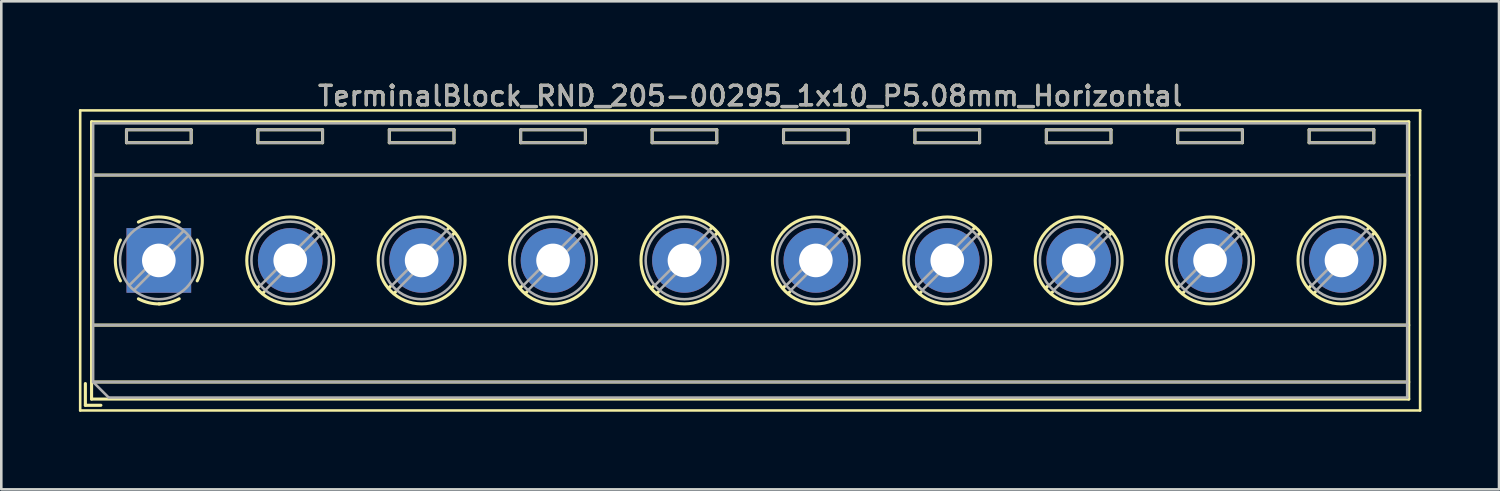
<source format=kicad_pcb>
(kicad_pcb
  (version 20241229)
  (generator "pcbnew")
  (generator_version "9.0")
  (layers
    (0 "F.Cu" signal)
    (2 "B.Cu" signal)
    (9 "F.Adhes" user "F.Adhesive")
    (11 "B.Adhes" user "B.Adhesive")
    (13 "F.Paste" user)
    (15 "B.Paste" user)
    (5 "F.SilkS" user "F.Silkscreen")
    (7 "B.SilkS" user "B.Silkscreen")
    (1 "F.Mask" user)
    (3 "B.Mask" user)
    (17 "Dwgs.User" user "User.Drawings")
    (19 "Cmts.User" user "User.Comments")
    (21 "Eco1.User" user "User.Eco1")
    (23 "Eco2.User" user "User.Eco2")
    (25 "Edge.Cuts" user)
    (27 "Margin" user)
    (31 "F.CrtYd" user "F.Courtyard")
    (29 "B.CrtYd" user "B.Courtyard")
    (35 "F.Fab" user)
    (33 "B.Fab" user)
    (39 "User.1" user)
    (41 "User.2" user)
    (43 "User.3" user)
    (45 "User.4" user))
  (footprint "TerminalBlock_RND_205-00295_1x10_P5.08mm_Horizontal"
    (layer "F.Cu")
    (at 3.09 7.018)
    (property "Reference" "TerminalBlock_RND_205-00295_1x10_P5.08mm_Horizontal" (at 22.86 -6.36 0) (layer "F.SilkS") (effects (font (size 0.75 0.75) (thickness 0.125))))
    (attr through_hole)
    (fp_line (start -3.04 -5.8) (end -3.04 5.8) (stroke (width 0.1) (type solid)) (layer "F.SilkS"))
    (fp_line (start -3.04 5.8) (end 48.76 5.8) (stroke (width 0.1) (type solid)) (layer "F.SilkS"))
    (fp_line (start -2.84 4.76) (end -2.84 5.6) (stroke (width 0.12) (type solid)) (layer "F.SilkS"))
    (fp_line (start -2.84 5.6) (end -2.24 5.6) (stroke (width 0.12) (type solid)) (layer "F.SilkS"))
    (fp_line (start -2.6 -5.36) (end -2.6 5.36) (stroke (width 0.12) (type solid)) (layer "F.SilkS"))
    (fp_line (start -2.6 -5.36) (end 48.32 -5.36) (stroke (width 0.12) (type solid)) (layer "F.SilkS"))
    (fp_line (start -2.6 -3.3) (end 48.32 -3.3) (stroke (width 0.12) (type solid)) (layer "F.SilkS"))
    (fp_line (start -2.6 2.5) (end 48.32 2.5) (stroke (width 0.12) (type solid)) (layer "F.SilkS"))
    (fp_line (start -2.6 4.7) (end 48.32 4.7) (stroke (width 0.12) (type solid)) (layer "F.SilkS"))
    (fp_line (start -2.6 5.36) (end 48.32 5.36) (stroke (width 0.12) (type solid)) (layer "F.SilkS"))
    (fp_line (start -1.25 -5.05) (end -1.25 -4.55) (stroke (width 0.12) (type solid)) (layer "F.SilkS"))
    (fp_line (start -1.25 -5.05) (end 1.25 -5.05) (stroke (width 0.12) (type solid)) (layer "F.SilkS"))
    (fp_line (start -1.25 -4.55) (end 1.25 -4.55) (stroke (width 0.12) (type solid)) (layer "F.SilkS"))
    (fp_line (start 1.25 -5.05) (end 1.25 -4.55) (stroke (width 0.12) (type solid)) (layer "F.SilkS"))
    (fp_line (start 3.83 -5.05) (end 3.83 -4.55) (stroke (width 0.12) (type solid)) (layer "F.SilkS"))
    (fp_line (start 3.83 -5.05) (end 6.33 -5.05) (stroke (width 0.12) (type solid)) (layer "F.SilkS"))
    (fp_line (start 3.83 -4.55) (end 6.33 -4.55) (stroke (width 0.12) (type solid)) (layer "F.SilkS"))
    (fp_line (start 3.9 0.976) (end 3.806 1.069) (stroke (width 0.12) (type solid)) (layer "F.SilkS"))
    (fp_line (start 4.07 1.216) (end 4.011 1.274) (stroke (width 0.12) (type solid)) (layer "F.SilkS"))
    (fp_line (start 6.15 -1.275) (end 6.091 -1.216) (stroke (width 0.12) (type solid)) (layer "F.SilkS"))
    (fp_line (start 6.33 -5.05) (end 6.33 -4.55) (stroke (width 0.12) (type solid)) (layer "F.SilkS"))
    (fp_line (start 6.355 -1.069) (end 6.261 -0.976) (stroke (width 0.12) (type solid)) (layer "F.SilkS"))
    (fp_line (start 8.91 -5.05) (end 8.91 -4.55) (stroke (width 0.12) (type solid)) (layer "F.SilkS"))
    (fp_line (start 8.91 -5.05) (end 11.41 -5.05) (stroke (width 0.12) (type solid)) (layer "F.SilkS"))
    (fp_line (start 8.91 -4.55) (end 11.41 -4.55) (stroke (width 0.12) (type solid)) (layer "F.SilkS"))
    (fp_line (start 8.98 0.976) (end 8.886 1.069) (stroke (width 0.12) (type solid)) (layer "F.SilkS"))
    (fp_line (start 9.15 1.216) (end 9.091 1.274) (stroke (width 0.12) (type solid)) (layer "F.SilkS"))
    (fp_line (start 11.23 -1.275) (end 11.171 -1.216) (stroke (width 0.12) (type solid)) (layer "F.SilkS"))
    (fp_line (start 11.41 -5.05) (end 11.41 -4.55) (stroke (width 0.12) (type solid)) (layer "F.SilkS"))
    (fp_line (start 11.435 -1.069) (end 11.341 -0.976) (stroke (width 0.12) (type solid)) (layer "F.SilkS"))
    (fp_line (start 13.99 -5.05) (end 13.99 -4.55) (stroke (width 0.12) (type solid)) (layer "F.SilkS"))
    (fp_line (start 13.99 -5.05) (end 16.49 -5.05) (stroke (width 0.12) (type solid)) (layer "F.SilkS"))
    (fp_line (start 13.99 -4.55) (end 16.49 -4.55) (stroke (width 0.12) (type solid)) (layer "F.SilkS"))
    (fp_line (start 14.06 0.976) (end 13.966 1.069) (stroke (width 0.12) (type solid)) (layer "F.SilkS"))
    (fp_line (start 14.23 1.216) (end 14.171 1.274) (stroke (width 0.12) (type solid)) (layer "F.SilkS"))
    (fp_line (start 16.31 -1.275) (end 16.251 -1.216) (stroke (width 0.12) (type solid)) (layer "F.SilkS"))
    (fp_line (start 16.49 -5.05) (end 16.49 -4.55) (stroke (width 0.12) (type solid)) (layer "F.SilkS"))
    (fp_line (start 16.515 -1.069) (end 16.421 -0.976) (stroke (width 0.12) (type solid)) (layer "F.SilkS"))
    (fp_line (start 19.07 -5.05) (end 19.07 -4.55) (stroke (width 0.12) (type solid)) (layer "F.SilkS"))
    (fp_line (start 19.07 -5.05) (end 21.57 -5.05) (stroke (width 0.12) (type solid)) (layer "F.SilkS"))
    (fp_line (start 19.07 -4.55) (end 21.57 -4.55) (stroke (width 0.12) (type solid)) (layer "F.SilkS"))
    (fp_line (start 19.14 0.976) (end 19.046 1.069) (stroke (width 0.12) (type solid)) (layer "F.SilkS"))
    (fp_line (start 19.31 1.216) (end 19.251 1.274) (stroke (width 0.12) (type solid)) (layer "F.SilkS"))
    (fp_line (start 21.39 -1.275) (end 21.331 -1.216) (stroke (width 0.12) (type solid)) (layer "F.SilkS"))
    (fp_line (start 21.57 -5.05) (end 21.57 -4.55) (stroke (width 0.12) (type solid)) (layer "F.SilkS"))
    (fp_line (start 21.595 -1.069) (end 21.501 -0.976) (stroke (width 0.12) (type solid)) (layer "F.SilkS"))
    (fp_line (start 24.15 -5.05) (end 24.15 -4.55) (stroke (width 0.12) (type solid)) (layer "F.SilkS"))
    (fp_line (start 24.15 -5.05) (end 26.65 -5.05) (stroke (width 0.12) (type solid)) (layer "F.SilkS"))
    (fp_line (start 24.15 -4.55) (end 26.65 -4.55) (stroke (width 0.12) (type solid)) (layer "F.SilkS"))
    (fp_line (start 24.22 0.976) (end 24.126 1.069) (stroke (width 0.12) (type solid)) (layer "F.SilkS"))
    (fp_line (start 24.39 1.216) (end 24.331 1.274) (stroke (width 0.12) (type solid)) (layer "F.SilkS"))
    (fp_line (start 26.47 -1.275) (end 26.411 -1.216) (stroke (width 0.12) (type solid)) (layer "F.SilkS"))
    (fp_line (start 26.65 -5.05) (end 26.65 -4.55) (stroke (width 0.12) (type solid)) (layer "F.SilkS"))
    (fp_line (start 26.675 -1.069) (end 26.581 -0.976) (stroke (width 0.12) (type solid)) (layer "F.SilkS"))
    (fp_line (start 29.23 -5.05) (end 29.23 -4.55) (stroke (width 0.12) (type solid)) (layer "F.SilkS"))
    (fp_line (start 29.23 -5.05) (end 31.73 -5.05) (stroke (width 0.12) (type solid)) (layer "F.SilkS"))
    (fp_line (start 29.23 -4.55) (end 31.73 -4.55) (stroke (width 0.12) (type solid)) (layer "F.SilkS"))
    (fp_line (start 29.3 0.976) (end 29.206 1.069) (stroke (width 0.12) (type solid)) (layer "F.SilkS"))
    (fp_line (start 29.47 1.216) (end 29.411 1.274) (stroke (width 0.12) (type solid)) (layer "F.SilkS"))
    (fp_line (start 31.55 -1.275) (end 31.491 -1.216) (stroke (width 0.12) (type solid)) (layer "F.SilkS"))
    (fp_line (start 31.73 -5.05) (end 31.73 -4.55) (stroke (width 0.12) (type solid)) (layer "F.SilkS"))
    (fp_line (start 31.755 -1.069) (end 31.661 -0.976) (stroke (width 0.12) (type solid)) (layer "F.SilkS"))
    (fp_line (start 34.31 -5.05) (end 34.31 -4.55) (stroke (width 0.12) (type solid)) (layer "F.SilkS"))
    (fp_line (start 34.31 -5.05) (end 36.81 -5.05) (stroke (width 0.12) (type solid)) (layer "F.SilkS"))
    (fp_line (start 34.31 -4.55) (end 36.81 -4.55) (stroke (width 0.12) (type solid)) (layer "F.SilkS"))
    (fp_line (start 34.38 0.976) (end 34.286 1.069) (stroke (width 0.12) (type solid)) (layer "F.SilkS"))
    (fp_line (start 34.55 1.216) (end 34.491 1.274) (stroke (width 0.12) (type solid)) (layer "F.SilkS"))
    (fp_line (start 36.63 -1.275) (end 36.571 -1.216) (stroke (width 0.12) (type solid)) (layer "F.SilkS"))
    (fp_line (start 36.81 -5.05) (end 36.81 -4.55) (stroke (width 0.12) (type solid)) (layer "F.SilkS"))
    (fp_line (start 36.835 -1.069) (end 36.741 -0.976) (stroke (width 0.12) (type solid)) (layer "F.SilkS"))
    (fp_line (start 39.39 -5.05) (end 39.39 -4.55) (stroke (width 0.12) (type solid)) (layer "F.SilkS"))
    (fp_line (start 39.39 -5.05) (end 41.89 -5.05) (stroke (width 0.12) (type solid)) (layer "F.SilkS"))
    (fp_line (start 39.39 -4.55) (end 41.89 -4.55) (stroke (width 0.12) (type solid)) (layer "F.SilkS"))
    (fp_line (start 39.46 0.976) (end 39.366 1.069) (stroke (width 0.12) (type solid)) (layer "F.SilkS"))
    (fp_line (start 39.63 1.216) (end 39.571 1.274) (stroke (width 0.12) (type solid)) (layer "F.SilkS"))
    (fp_line (start 41.71 -1.275) (end 41.651 -1.216) (stroke (width 0.12) (type solid)) (layer "F.SilkS"))
    (fp_line (start 41.89 -5.05) (end 41.89 -4.55) (stroke (width 0.12) (type solid)) (layer "F.SilkS"))
    (fp_line (start 41.915 -1.069) (end 41.821 -0.976) (stroke (width 0.12) (type solid)) (layer "F.SilkS"))
    (fp_line (start 44.47 -5.05) (end 44.47 -4.55) (stroke (width 0.12) (type solid)) (layer "F.SilkS"))
    (fp_line (start 44.47 -5.05) (end 46.97 -5.05) (stroke (width 0.12) (type solid)) (layer "F.SilkS"))
    (fp_line (start 44.47 -4.55) (end 46.97 -4.55) (stroke (width 0.12) (type solid)) (layer "F.SilkS"))
    (fp_line (start 44.54 0.976) (end 44.446 1.069) (stroke (width 0.12) (type solid)) (layer "F.SilkS"))
    (fp_line (start 44.71 1.216) (end 44.651 1.274) (stroke (width 0.12) (type solid)) (layer "F.SilkS"))
    (fp_line (start 46.79 -1.275) (end 46.731 -1.216) (stroke (width 0.12) (type solid)) (layer "F.SilkS"))
    (fp_line (start 46.97 -5.05) (end 46.97 -4.55) (stroke (width 0.12) (type solid)) (layer "F.SilkS"))
    (fp_line (start 46.995 -1.069) (end 46.901 -0.976) (stroke (width 0.12) (type solid)) (layer "F.SilkS"))
    (fp_line (start 48.32 -5.36) (end 48.32 5.36) (stroke (width 0.12) (type solid)) (layer "F.SilkS"))
    (fp_line (start 48.76 -5.8) (end -3.04 -5.8) (stroke (width 0.1) (type solid)) (layer "F.SilkS"))
    (fp_line (start 48.76 5.8) (end 48.76 -5.8) (stroke (width 0.1) (type solid)) (layer "F.SilkS"))
    (fp_arc (start -1.483953 0.789089) (mid -1.680708 0.00005) (end -1.484 -0.789) (stroke (width 0.12) (type solid)) (layer "F.SilkS"))
    (fp_arc (start -0.789089 -1.483953) (mid -0.00005 -1.680708) (end 0.789 -1.484) (stroke (width 0.12) (type solid)) (layer "F.SilkS"))
    (fp_arc (start 0.029383 1.68045) (mid -0.392304 1.634281) (end -0.789 1.484) (stroke (width 0.12) (type solid)) (layer "F.SilkS"))
    (fp_arc (start 0.788712 1.483352) (mid 0.406429 1.630097) (end 0 1.68) (stroke (width 0.12) (type solid)) (layer "F.SilkS"))
    (fp_arc (start 1.483953 -0.789089) (mid 1.680708 -0.00005) (end 1.484 0.789) (stroke (width 0.12) (type solid)) (layer "F.SilkS"))
    (fp_circle (center 5.08 0) (end 6.76 0) (stroke (width 0.12) (type solid)) (fill no) (layer "F.SilkS"))
    (fp_circle (center 10.16 0) (end 11.84 0) (stroke (width 0.12) (type solid)) (fill no) (layer "F.SilkS"))
    (fp_circle (center 15.24 0) (end 16.92 0) (stroke (width 0.12) (type solid)) (fill no) (layer "F.SilkS"))
    (fp_circle (center 20.32 0) (end 22 0) (stroke (width 0.12) (type solid)) (fill no) (layer "F.SilkS"))
    (fp_circle (center 25.4 0) (end 27.08 0) (stroke (width 0.12) (type solid)) (fill no) (layer "F.SilkS"))
    (fp_circle (center 30.48 0) (end 32.16 0) (stroke (width 0.12) (type solid)) (fill no) (layer "F.SilkS"))
    (fp_circle (center 35.56 0) (end 37.24 0) (stroke (width 0.12) (type solid)) (fill no) (layer "F.SilkS"))
    (fp_circle (center 40.64 0) (end 42.32 0) (stroke (width 0.12) (type solid)) (fill no) (layer "F.SilkS"))
    (fp_circle (center 45.72 0) (end 47.4 0) (stroke (width 0.12) (type solid)) (fill no) (layer "F.SilkS"))
    (fp_line (start -2.54 -5.3) (end 48.26 -5.3) (stroke (width 0.1) (type solid)) (layer "F.Fab"))
    (fp_line (start -2.54 -3.3) (end 48.26 -3.3) (stroke (width 0.1) (type solid)) (layer "F.Fab"))
    (fp_line (start -2.54 2.5) (end 48.26 2.5) (stroke (width 0.1) (type solid)) (layer "F.Fab"))
    (fp_line (start -2.54 4.7) (end -2.54 -5.3) (stroke (width 0.1) (type solid)) (layer "F.Fab"))
    (fp_line (start -2.54 4.7) (end 48.26 4.7) (stroke (width 0.1) (type solid)) (layer "F.Fab"))
    (fp_line (start -1.94 5.3) (end -2.54 4.7) (stroke (width 0.1) (type solid)) (layer "F.Fab"))
    (fp_line (start -1.25 -5.05) (end -1.25 -4.55) (stroke (width 0.1) (type solid)) (layer "F.Fab"))
    (fp_line (start -1.25 -4.55) (end 1.25 -4.55) (stroke (width 0.1) (type solid)) (layer "F.Fab"))
    (fp_line (start 0.955 -1.138) (end -1.138 0.955) (stroke (width 0.1) (type solid)) (layer "F.Fab"))
    (fp_line (start 1.138 -0.955) (end -0.955 1.138) (stroke (width 0.1) (type solid)) (layer "F.Fab"))
    (fp_line (start 1.25 -5.05) (end -1.25 -5.05) (stroke (width 0.1) (type solid)) (layer "F.Fab"))
    (fp_line (start 1.25 -4.55) (end 1.25 -5.05) (stroke (width 0.1) (type solid)) (layer "F.Fab"))
    (fp_line (start 3.83 -5.05) (end 3.83 -4.55) (stroke (width 0.1) (type solid)) (layer "F.Fab"))
    (fp_line (start 3.83 -4.55) (end 6.33 -4.55) (stroke (width 0.1) (type solid)) (layer "F.Fab"))
    (fp_line (start 6.035 -1.138) (end 3.943 0.955) (stroke (width 0.1) (type solid)) (layer "F.Fab"))
    (fp_line (start 6.218 -0.955) (end 4.126 1.138) (stroke (width 0.1) (type solid)) (layer "F.Fab"))
    (fp_line (start 6.33 -5.05) (end 3.83 -5.05) (stroke (width 0.1) (type solid)) (layer "F.Fab"))
    (fp_line (start 6.33 -4.55) (end 6.33 -5.05) (stroke (width 0.1) (type solid)) (layer "F.Fab"))
    (fp_line (start 8.91 -5.05) (end 8.91 -4.55) (stroke (width 0.1) (type solid)) (layer "F.Fab"))
    (fp_line (start 8.91 -4.55) (end 11.41 -4.55) (stroke (width 0.1) (type solid)) (layer "F.Fab"))
    (fp_line (start 11.115 -1.138) (end 9.023 0.955) (stroke (width 0.1) (type solid)) (layer "F.Fab"))
    (fp_line (start 11.298 -0.955) (end 9.206 1.138) (stroke (width 0.1) (type solid)) (layer "F.Fab"))
    (fp_line (start 11.41 -5.05) (end 8.91 -5.05) (stroke (width 0.1) (type solid)) (layer "F.Fab"))
    (fp_line (start 11.41 -4.55) (end 11.41 -5.05) (stroke (width 0.1) (type solid)) (layer "F.Fab"))
    (fp_line (start 13.99 -5.05) (end 13.99 -4.55) (stroke (width 0.1) (type solid)) (layer "F.Fab"))
    (fp_line (start 13.99 -4.55) (end 16.49 -4.55) (stroke (width 0.1) (type solid)) (layer "F.Fab"))
    (fp_line (start 16.195 -1.138) (end 14.103 0.955) (stroke (width 0.1) (type solid)) (layer "F.Fab"))
    (fp_line (start 16.378 -0.955) (end 14.286 1.138) (stroke (width 0.1) (type solid)) (layer "F.Fab"))
    (fp_line (start 16.49 -5.05) (end 13.99 -5.05) (stroke (width 0.1) (type solid)) (layer "F.Fab"))
    (fp_line (start 16.49 -4.55) (end 16.49 -5.05) (stroke (width 0.1) (type solid)) (layer "F.Fab"))
    (fp_line (start 19.07 -5.05) (end 19.07 -4.55) (stroke (width 0.1) (type solid)) (layer "F.Fab"))
    (fp_line (start 19.07 -4.55) (end 21.57 -4.55) (stroke (width 0.1) (type solid)) (layer "F.Fab"))
    (fp_line (start 21.275 -1.138) (end 19.183 0.955) (stroke (width 0.1) (type solid)) (layer "F.Fab"))
    (fp_line (start 21.458 -0.955) (end 19.366 1.138) (stroke (width 0.1) (type solid)) (layer "F.Fab"))
    (fp_line (start 21.57 -5.05) (end 19.07 -5.05) (stroke (width 0.1) (type solid)) (layer "F.Fab"))
    (fp_line (start 21.57 -4.55) (end 21.57 -5.05) (stroke (width 0.1) (type solid)) (layer "F.Fab"))
    (fp_line (start 24.15 -5.05) (end 24.15 -4.55) (stroke (width 0.1) (type solid)) (layer "F.Fab"))
    (fp_line (start 24.15 -4.55) (end 26.65 -4.55) (stroke (width 0.1) (type solid)) (layer "F.Fab"))
    (fp_line (start 26.355 -1.138) (end 24.263 0.955) (stroke (width 0.1) (type solid)) (layer "F.Fab"))
    (fp_line (start 26.538 -0.955) (end 24.446 1.138) (stroke (width 0.1) (type solid)) (layer "F.Fab"))
    (fp_line (start 26.65 -5.05) (end 24.15 -5.05) (stroke (width 0.1) (type solid)) (layer "F.Fab"))
    (fp_line (start 26.65 -4.55) (end 26.65 -5.05) (stroke (width 0.1) (type solid)) (layer "F.Fab"))
    (fp_line (start 29.23 -5.05) (end 29.23 -4.55) (stroke (width 0.1) (type solid)) (layer "F.Fab"))
    (fp_line (start 29.23 -4.55) (end 31.73 -4.55) (stroke (width 0.1) (type solid)) (layer "F.Fab"))
    (fp_line (start 31.435 -1.138) (end 29.343 0.955) (stroke (width 0.1) (type solid)) (layer "F.Fab"))
    (fp_line (start 31.618 -0.955) (end 29.526 1.138) (stroke (width 0.1) (type solid)) (layer "F.Fab"))
    (fp_line (start 31.73 -5.05) (end 29.23 -5.05) (stroke (width 0.1) (type solid)) (layer "F.Fab"))
    (fp_line (start 31.73 -4.55) (end 31.73 -5.05) (stroke (width 0.1) (type solid)) (layer "F.Fab"))
    (fp_line (start 34.31 -5.05) (end 34.31 -4.55) (stroke (width 0.1) (type solid)) (layer "F.Fab"))
    (fp_line (start 34.31 -4.55) (end 36.81 -4.55) (stroke (width 0.1) (type solid)) (layer "F.Fab"))
    (fp_line (start 36.515 -1.138) (end 34.423 0.955) (stroke (width 0.1) (type solid)) (layer "F.Fab"))
    (fp_line (start 36.698 -0.955) (end 34.606 1.138) (stroke (width 0.1) (type solid)) (layer "F.Fab"))
    (fp_line (start 36.81 -5.05) (end 34.31 -5.05) (stroke (width 0.1) (type solid)) (layer "F.Fab"))
    (fp_line (start 36.81 -4.55) (end 36.81 -5.05) (stroke (width 0.1) (type solid)) (layer "F.Fab"))
    (fp_line (start 39.39 -5.05) (end 39.39 -4.55) (stroke (width 0.1) (type solid)) (layer "F.Fab"))
    (fp_line (start 39.39 -4.55) (end 41.89 -4.55) (stroke (width 0.1) (type solid)) (layer "F.Fab"))
    (fp_line (start 41.595 -1.138) (end 39.503 0.955) (stroke (width 0.1) (type solid)) (layer "F.Fab"))
    (fp_line (start 41.778 -0.955) (end 39.686 1.138) (stroke (width 0.1) (type solid)) (layer "F.Fab"))
    (fp_line (start 41.89 -5.05) (end 39.39 -5.05) (stroke (width 0.1) (type solid)) (layer "F.Fab"))
    (fp_line (start 41.89 -4.55) (end 41.89 -5.05) (stroke (width 0.1) (type solid)) (layer "F.Fab"))
    (fp_line (start 44.47 -5.05) (end 44.47 -4.55) (stroke (width 0.1) (type solid)) (layer "F.Fab"))
    (fp_line (start 44.47 -4.55) (end 46.97 -4.55) (stroke (width 0.1) (type solid)) (layer "F.Fab"))
    (fp_line (start 46.675 -1.138) (end 44.583 0.955) (stroke (width 0.1) (type solid)) (layer "F.Fab"))
    (fp_line (start 46.858 -0.955) (end 44.766 1.138) (stroke (width 0.1) (type solid)) (layer "F.Fab"))
    (fp_line (start 46.97 -5.05) (end 44.47 -5.05) (stroke (width 0.1) (type solid)) (layer "F.Fab"))
    (fp_line (start 46.97 -4.55) (end 46.97 -5.05) (stroke (width 0.1) (type solid)) (layer "F.Fab"))
    (fp_line (start 48.26 -5.3) (end 48.26 5.3) (stroke (width 0.1) (type solid)) (layer "F.Fab"))
    (fp_line (start 48.26 5.3) (end -1.94 5.3) (stroke (width 0.1) (type solid)) (layer "F.Fab"))
    (fp_circle (center 0 0) (end 1.5 0) (stroke (width 0.1) (type solid)) (fill no) (layer "F.Fab"))
    (fp_circle (center 5.08 0) (end 6.58 0) (stroke (width 0.1) (type solid)) (fill no) (layer "F.Fab"))
    (fp_circle (center 10.16 0) (end 11.66 0) (stroke (width 0.1) (type solid)) (fill no) (layer "F.Fab"))
    (fp_circle (center 15.24 0) (end 16.74 0) (stroke (width 0.1) (type solid)) (fill no) (layer "F.Fab"))
    (fp_circle (center 20.32 0) (end 21.82 0) (stroke (width 0.1) (type solid)) (fill no) (layer "F.Fab"))
    (fp_circle (center 25.4 0) (end 26.9 0) (stroke (width 0.1) (type solid)) (fill no) (layer "F.Fab"))
    (fp_circle (center 30.48 0) (end 31.98 0) (stroke (width 0.1) (type solid)) (fill no) (layer "F.Fab"))
    (fp_circle (center 35.56 0) (end 37.06 0) (stroke (width 0.1) (type solid)) (fill no) (layer "F.Fab"))
    (fp_circle (center 40.64 0) (end 42.14 0) (stroke (width 0.1) (type solid)) (fill no) (layer "F.Fab"))
    (fp_circle (center 45.72 0) (end 47.22 0) (stroke (width 0.1) (type solid)) (fill no) (layer "F.Fab"))
    (fp_text user "${REFERENCE}" (at 22.86 -6.36 0) (layer "F.Fab") (effects (font (size 0.75 0.75) (thickness 0.125))))
    (pad "1" thru_hole rect (at 0 0) (size 2.5 2.5) (drill 1.3) (layers "*.Cu" "*.Mask"))
    (pad "2" thru_hole circle (at 5.08 0) (size 2.5 2.5) (drill 1.3) (layers "*.Cu" "*.Mask"))
    (pad "3" thru_hole circle (at 10.16 0) (size 2.5 2.5) (drill 1.3) (layers "*.Cu" "*.Mask"))
    (pad "4" thru_hole circle (at 15.24 0) (size 2.5 2.5) (drill 1.3) (layers "*.Cu" "*.Mask"))
    (pad "5" thru_hole circle (at 20.32 0) (size 2.5 2.5) (drill 1.3) (layers "*.Cu" "*.Mask"))
    (pad "6" thru_hole circle (at 25.4 0) (size 2.5 2.5) (drill 1.3) (layers "*.Cu" "*.Mask"))
    (pad "7" thru_hole circle (at 30.48 0) (size 2.5 2.5) (drill 1.3) (layers "*.Cu" "*.Mask"))
    (pad "8" thru_hole circle (at 35.56 0) (size 2.5 2.5) (drill 1.3) (layers "*.Cu" "*.Mask"))
    (pad "9" thru_hole circle (at 40.64 0) (size 2.5 2.5) (drill 1.3) (layers "*.Cu" "*.Mask"))
    (pad "10" thru_hole circle (at 45.72 0) (size 2.5 2.5) (drill 1.3) (layers "*.Cu" "*.Mask")))
  (gr_rect
    (start -3 -3)
    (end 54.9 15.868)
    (stroke (width 0.1) (type default))
    (fill no)
    (layer "Edge.Cuts")))
</source>
